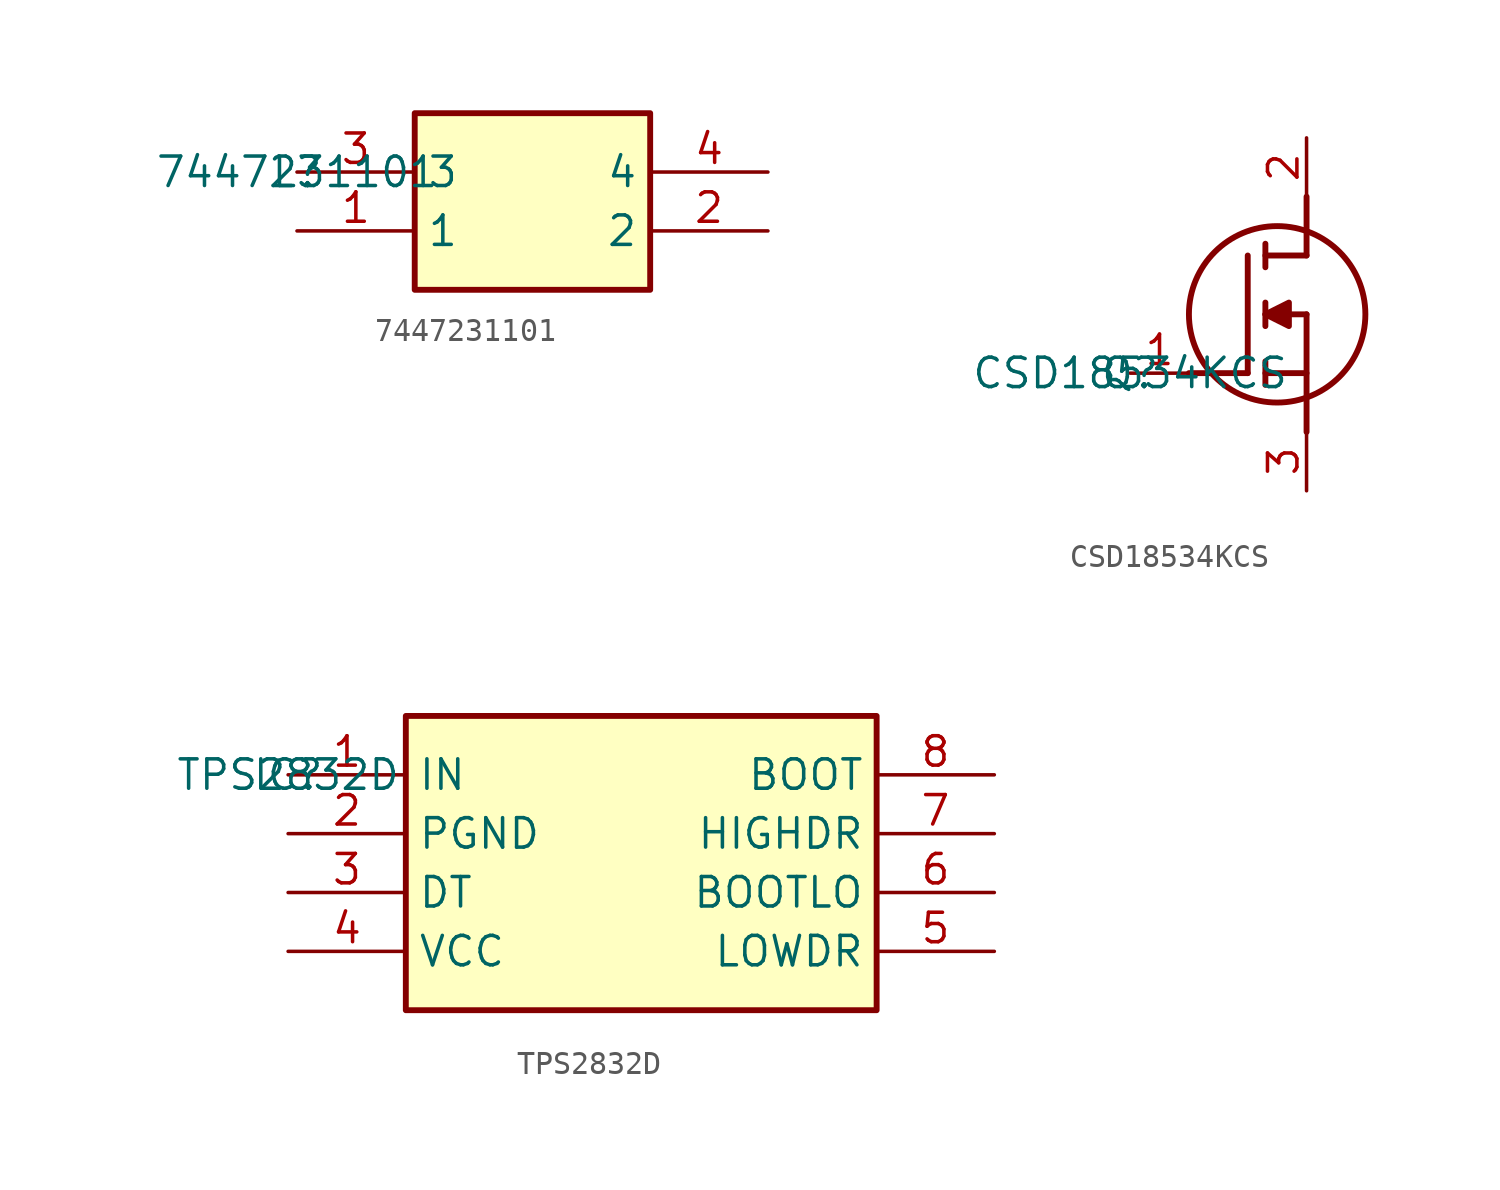
<source format=kicad_sym>
(kicad_symbol_lib
  (version 20211014)
  (generator kicad_symbol_editor)
  (symbol "7447231101"
    (property "Reference" "L"
      (at 0 0 0)
      (effects (font (size 1.27 1.27))))
    (property "Value" "7447231101"
      (at 0 0 0)
      (effects (font (size 1.27 1.27))))
    (symbol "7447231101_1_1"
      (rectangle (start 5.08 2.54) (end 15.24 -5.08) (stroke (width 0.254) (type default) (color 0 0 0 0)) (fill (type background)))
      (pin passive line (at 0 -2.54 0) (length 5.08) (name "1" (effects (font (size 1.27 1.27)))) (number "1" (effects (font (size 1.27 1.27)))))
      (pin passive line (at 20.32 -2.54 180) (length 5.08) (name "2" (effects (font (size 1.27 1.27)))) (number "2" (effects (font (size 1.27 1.27)))))
      (pin passive line (at 0 0 0) (length 5.08) (name "3" (effects (font (size 1.27 1.27)))) (number "3" (effects (font (size 1.27 1.27)))))
      (pin passive line (at 20.32 0 180) (length 5.08) (name "4" (effects (font (size 1.27 1.27)))) (number "4" (effects (font (size 1.27 1.27)))))))
  (symbol "CSD18534KCS"
    (pin_names hide)
    (property "Reference" "Q"
      (at 0 0 0)
      (effects (font (size 1.27 1.27))))
    (property "Value" "CSD18534KCS"
      (at 0 0 0)
      (effects (font (size 1.27 1.27))))
    (symbol "CSD18534KCS_1_1"
      (polyline (pts (xy 2.54 0) (xy 5.08 0)) (stroke (width 0.254) (type default) (color 0 0 0 0)) (fill (type none)))
      (polyline (pts (xy 5.08 5.08) (xy 5.08 0)) (stroke (width 0.254) (type default) (color 0 0 0 0)) (fill (type none)))
      (polyline (pts (xy 5.842 -0.508) (xy 5.842 0.508)) (stroke (width 0.254) (type default) (color 0 0 0 0)) (fill (type none)))
      (polyline (pts (xy 5.842 0) (xy 7.62 0)) (stroke (width 0.254) (type default) (color 0 0 0 0)) (fill (type none)))
      (polyline (pts (xy 5.842 2.032) (xy 5.842 3.048)) (stroke (width 0.254) (type default) (color 0 0 0 0)) (fill (type none)))
      (polyline (pts (xy 5.842 5.588) (xy 5.842 4.572)) (stroke (width 0.254) (type default) (color 0 0 0 0)) (fill (type none)))
      (polyline (pts (xy 7.62 2.54) (xy 5.842 2.54)) (stroke (width 0.254) (type default) (color 0 0 0 0)) (fill (type none)))
      (polyline (pts (xy 7.62 2.54) (xy 7.62 -2.54)) (stroke (width 0.254) (type default) (color 0 0 0 0)) (fill (type none)))
      (polyline (pts (xy 7.62 5.08) (xy 5.842 5.08)) (stroke (width 0.254) (type default) (color 0 0 0 0)) (fill (type none)))
      (polyline (pts (xy 7.62 5.08) (xy 7.62 7.62)) (stroke (width 0.254) (type default) (color 0 0 0 0)) (fill (type none)))
      (polyline (pts (xy 5.842 2.54) (xy 6.858 3.048) (xy 6.858 2.032) (xy 5.842 2.54)) (stroke (width 0.254) (type default) (color 0 0 0 0)) (fill (type outline)))
      (circle (center 6.35 2.54) (radius 3.81) (stroke (width 0.254) (type default) (color 0 0 0 0)) (fill (type none)))
      (pin passive line (at 0 0 0) (length 2.54) (name "G" (effects (font (size 1.27 1.27)))) (number "1" (effects (font (size 1.27 1.27)))))
      (pin passive line (at 7.62 10.16 270) (length 2.54) (name "D" (effects (font (size 1.27 1.27)))) (number "2" (effects (font (size 1.27 1.27)))))
      (pin passive line (at 7.62 -5.08 90) (length 2.54) (name "S" (effects (font (size 1.27 1.27)))) (number "3" (effects (font (size 1.27 1.27)))))))
  (symbol "TPS2832D"
    (property "Reference" "IC"
      (at 0 0 0)
      (effects (font (size 1.27 1.27))))
    (property "Value" "TPS2832D"
      (at 0 0 0)
      (effects (font (size 1.27 1.27))))
    (symbol "TPS2832D_1_1"
      (rectangle (start 5.08 2.54) (end 25.4 -10.16) (stroke (width 0.254) (type default) (color 0 0 0 0)) (fill (type background)))
      (pin passive line (at 0 0 0) (length 5.08) (name "IN" (effects (font (size 1.27 1.27)))) (number "1" (effects (font (size 1.27 1.27)))))
      (pin passive line (at 0 -2.54 0) (length 5.08) (name "PGND" (effects (font (size 1.27 1.27)))) (number "2" (effects (font (size 1.27 1.27)))))
      (pin passive line (at 0 -5.08 0) (length 5.08) (name "DT" (effects (font (size 1.27 1.27)))) (number "3" (effects (font (size 1.27 1.27)))))
      (pin passive line (at 0 -7.62 0) (length 5.08) (name "VCC" (effects (font (size 1.27 1.27)))) (number "4" (effects (font (size 1.27 1.27)))))
      (pin passive line (at 30.48 -7.62 180) (length 5.08) (name "LOWDR" (effects (font (size 1.27 1.27)))) (number "5" (effects (font (size 1.27 1.27)))))
      (pin passive line (at 30.48 -5.08 180) (length 5.08) (name "BOOTLO" (effects (font (size 1.27 1.27)))) (number "6" (effects (font (size 1.27 1.27)))))
      (pin passive line (at 30.48 -2.54 180) (length 5.08) (name "HIGHDR" (effects (font (size 1.27 1.27)))) (number "7" (effects (font (size 1.27 1.27)))))
      (pin passive line (at 30.48 0 180) (length 5.08) (name "BOOT" (effects (font (size 1.27 1.27)))) (number "8" (effects (font (size 1.27 1.27))))))))
</source>
